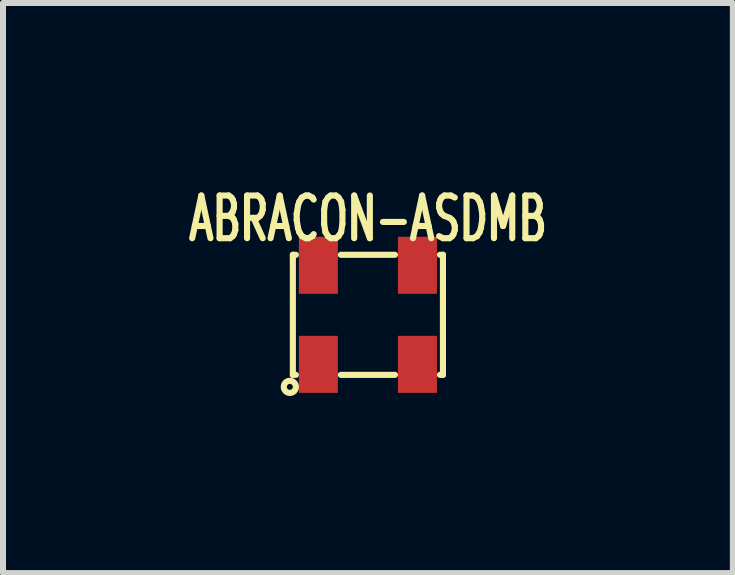
<source format=kicad_pcb>
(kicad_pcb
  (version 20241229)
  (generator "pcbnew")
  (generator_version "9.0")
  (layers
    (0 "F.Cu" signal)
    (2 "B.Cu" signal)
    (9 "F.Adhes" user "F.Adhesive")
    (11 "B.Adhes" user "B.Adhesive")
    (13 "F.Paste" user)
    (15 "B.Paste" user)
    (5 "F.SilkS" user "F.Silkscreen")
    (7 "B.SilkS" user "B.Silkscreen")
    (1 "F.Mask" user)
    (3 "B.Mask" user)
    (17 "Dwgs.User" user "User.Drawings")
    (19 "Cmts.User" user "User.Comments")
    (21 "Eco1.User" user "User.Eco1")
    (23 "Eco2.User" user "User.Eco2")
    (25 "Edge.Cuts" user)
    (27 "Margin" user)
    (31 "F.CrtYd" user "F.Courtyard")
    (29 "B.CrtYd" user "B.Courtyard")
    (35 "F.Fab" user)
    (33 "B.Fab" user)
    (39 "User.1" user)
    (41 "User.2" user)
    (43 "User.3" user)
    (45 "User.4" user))
  (footprint "ABRACON-ASDMB"
    (layer "F.Cu")
    (at 3.078 2.194)
    (property "Reference" "ABRACON-ASDMB" (at 0 -1.6 0) (layer "F.SilkS") (effects (font (size 0.711 0.457) (thickness 0.102))))
    (attr through_hole)
    (fp_line (start -1.25 -1) (end -1.25 1) (stroke (width 0.102) (type solid)) (layer "F.SilkS"))
    (fp_line (start -1.25 -1) (end -1.2 -1) (stroke (width 0.102) (type solid)) (layer "F.SilkS"))
    (fp_line (start -1.25 1) (end -1.2 1) (stroke (width 0.102) (type solid)) (layer "F.SilkS"))
    (fp_line (start -0.45 1) (end 0.45 1) (stroke (width 0.102) (type solid)) (layer "F.SilkS"))
    (fp_line (start 0.45 -1) (end -0.45 -1) (stroke (width 0.102) (type solid)) (layer "F.SilkS"))
    (fp_line (start 1.2 1) (end 1.25 1) (stroke (width 0.102) (type solid)) (layer "F.SilkS"))
    (fp_line (start 1.25 -1) (end 1.2 -1) (stroke (width 0.102) (type solid)) (layer "F.SilkS"))
    (fp_line (start 1.25 1) (end 1.25 -1) (stroke (width 0.102) (type solid)) (layer "F.SilkS"))
    (fp_circle (center -1.3 1.2) (end -1.3 1.15) (stroke (width 0.102) (type solid)) (fill no) (layer "F.SilkS"))
    (pad "1" smd rect (at -0.825 0.825) (size 0.65 0.95) (layers "F.Cu" "F.Mask" "F.Paste"))
    (pad "2" smd rect (at 0.825 0.825) (size 0.65 0.95) (layers "F.Cu" "F.Mask" "F.Paste"))
    (pad "3" smd rect (at 0.825 -0.825) (size 0.65 0.95) (layers "F.Cu" "F.Mask" "F.Paste"))
    (pad "4" smd rect (at -0.825 -0.825) (size 0.65 0.95) (layers "F.Cu" "F.Mask" "F.Paste")))
  (gr_rect
    (start -3 -3)
    (end 9.157 6.495)
    (stroke (width 0.1) (type default))
    (fill no)
    (layer "Edge.Cuts")))
</source>
